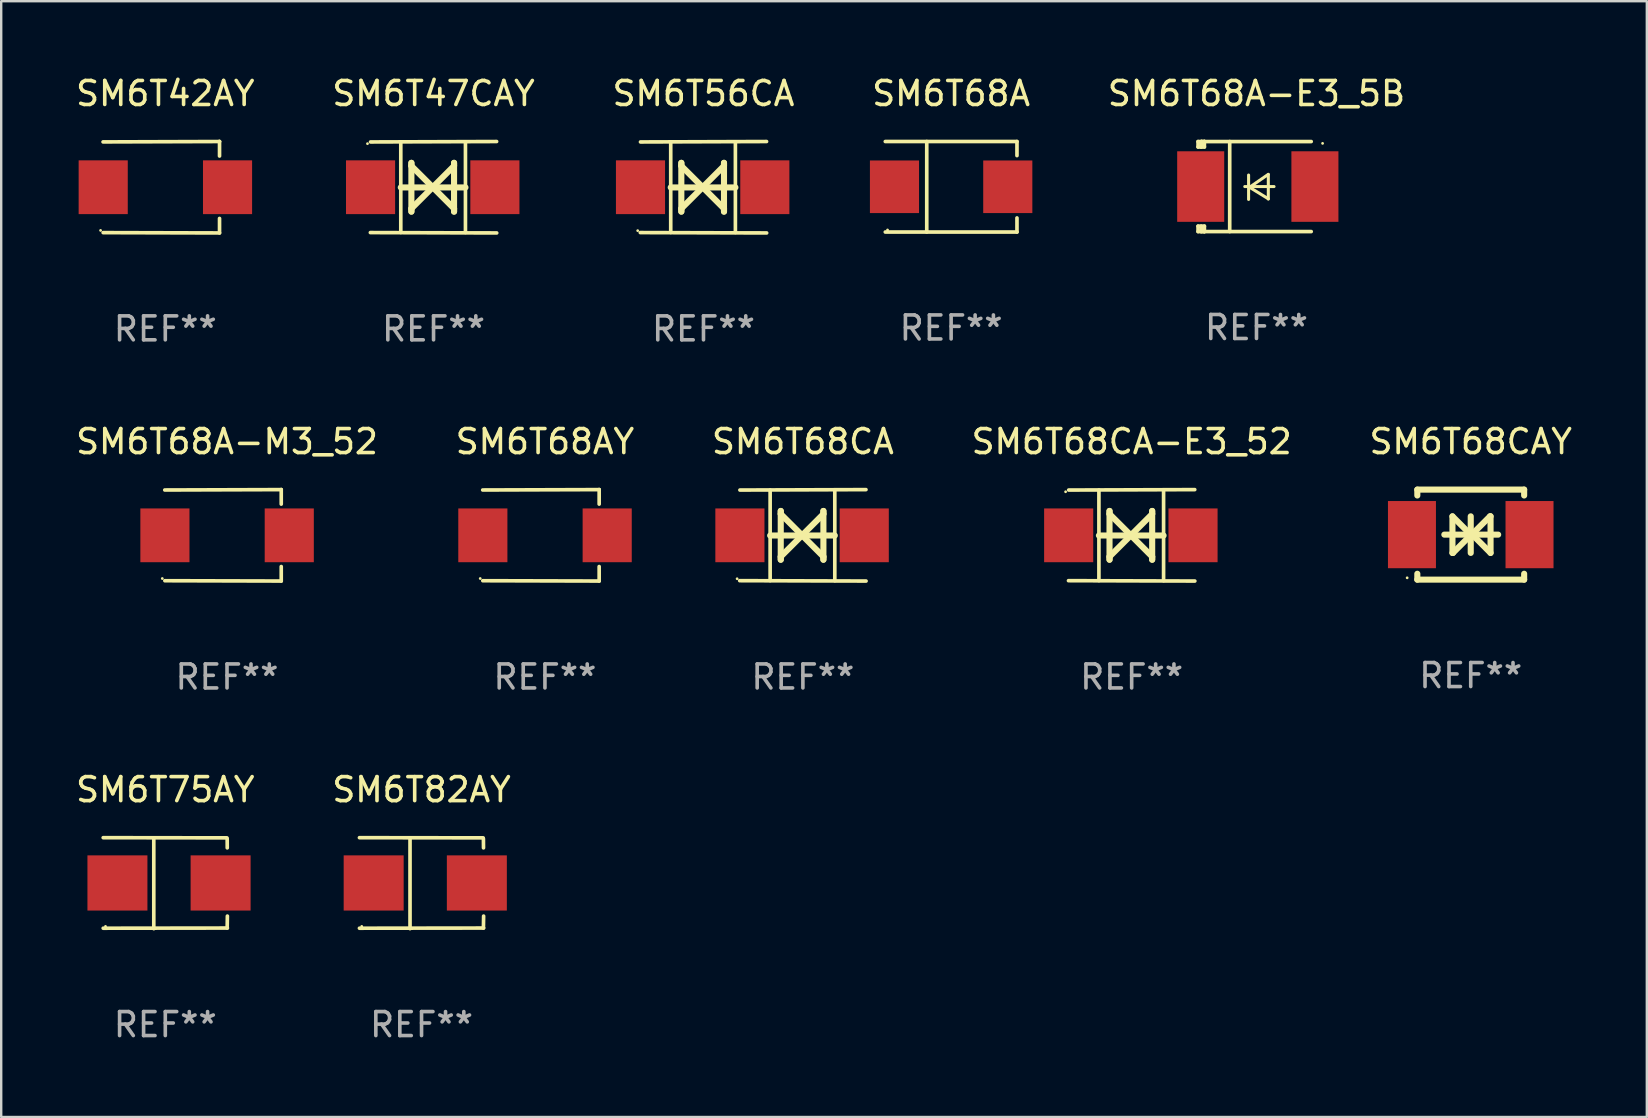
<source format=kicad_pcb>
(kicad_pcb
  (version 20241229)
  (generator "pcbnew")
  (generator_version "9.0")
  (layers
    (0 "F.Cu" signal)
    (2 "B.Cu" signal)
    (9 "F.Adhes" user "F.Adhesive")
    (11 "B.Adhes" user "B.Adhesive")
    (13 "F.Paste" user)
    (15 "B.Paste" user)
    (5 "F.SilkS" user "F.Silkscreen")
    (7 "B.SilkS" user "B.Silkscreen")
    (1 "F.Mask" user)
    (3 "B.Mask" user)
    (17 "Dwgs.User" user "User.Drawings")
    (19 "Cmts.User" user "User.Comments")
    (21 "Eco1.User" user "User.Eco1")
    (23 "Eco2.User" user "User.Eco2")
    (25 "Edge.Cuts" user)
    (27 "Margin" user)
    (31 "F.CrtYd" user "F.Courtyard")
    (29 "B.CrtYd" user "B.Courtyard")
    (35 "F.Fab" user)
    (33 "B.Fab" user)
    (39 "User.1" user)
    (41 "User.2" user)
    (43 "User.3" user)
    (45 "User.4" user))
  (footprint "SM6T68CAY"
    (layer "F.Cu")
    (at 58.244 19.231)
    (property "Reference" "SM6T68CAY" (at 0 -3.876 0) (layer "F.SilkS") (effects (font (size 1 1) (thickness 0.15))))
    (attr through_hole)
    (fp_line (start -2.226 -1.876) (end -2.226 -1.631) (stroke (width 0.254) (type solid)) (layer "F.SilkS"))
    (fp_line (start -2.226 -1.876) (end 2.226 -1.876) (stroke (width 0.254) (type solid)) (layer "F.SilkS"))
    (fp_line (start -2.226 1.631) (end -2.226 1.876) (stroke (width 0.254) (type solid)) (layer "F.SilkS"))
    (fp_line (start -2.226 1.876) (end 2.226 1.876) (stroke (width 0.254) (type solid)) (layer "F.SilkS"))
    (fp_line (start -1.1 0) (end 1.143 0) (stroke (width 0.254) (type solid)) (layer "F.SilkS"))
    (fp_line (start -0.762 -0.762) (end -0.762 0.762) (stroke (width 0.254) (type solid)) (layer "F.SilkS"))
    (fp_line (start -0.762 0.762) (end -0.741 0.762) (stroke (width 0.254) (type solid)) (layer "F.SilkS"))
    (fp_line (start -0.741 0.762) (end 0.021 0) (stroke (width 0.254) (type solid)) (layer "F.SilkS"))
    (fp_line (start 0 -0.762) (end 0 0.762) (stroke (width 0.254) (type solid)) (layer "F.SilkS"))
    (fp_line (start 0 0) (end -0.762 -0.762) (stroke (width 0.254) (type solid)) (layer "F.SilkS"))
    (fp_line (start 0.021 0) (end 0 0) (stroke (width 0.254) (type solid)) (layer "F.SilkS"))
    (fp_line (start 0.042 0) (end 0.064 0) (stroke (width 0.254) (type solid)) (layer "F.SilkS"))
    (fp_line (start 0.064 0) (end 0.826 0.762) (stroke (width 0.254) (type solid)) (layer "F.SilkS"))
    (fp_line (start 0.804 -0.762) (end 0.042 0) (stroke (width 0.254) (type solid)) (layer "F.SilkS"))
    (fp_line (start 0.826 -0.762) (end 0.804 -0.762) (stroke (width 0.254) (type solid)) (layer "F.SilkS"))
    (fp_line (start 0.826 0.762) (end 0.826 -0.762) (stroke (width 0.254) (type solid)) (layer "F.SilkS"))
    (fp_line (start 2.226 -1.876) (end 2.226 -1.631) (stroke (width 0.254) (type solid)) (layer "F.SilkS"))
    (fp_line (start 2.226 1.631) (end 2.226 1.876) (stroke (width 0.254) (type solid)) (layer "F.SilkS"))
    (fp_circle (center -2.65 1.8) (end -2.62 1.8) (stroke (width 0.06) (type solid)) (fill no) (layer "F.SilkS"))
    (fp_text user "REF**" (at 0 5.876 0) (layer "F.Fab") (effects (font (size 1 1) (thickness 0.15))))
    (pad "1" smd rect (at -2.45 0 180) (size 2 2.8) (layers "F.Cu" "F.Mask" "F.Paste"))
    (pad "2" smd rect (at 2.45 0 180) (size 2 2.8) (layers "F.Cu" "F.Mask" "F.Paste")))
  (footprint "SM6T68CA"
    (layer "F.Cu")
    (at 30.411 19.26)
    (property "Reference" "SM6T68CA" (at 0 -3.905 0) (layer "F.SilkS") (effects (font (size 1 1) (thickness 0.15))))
    (attr through_hole)
    (fp_line (start -1.365 1.886) (end -1.365 -1.886) (stroke (width 0.152) (type solid)) (layer "F.SilkS"))
    (fp_line (start -1.365 0.008) (end 1.33 0.008) (stroke (width 0.254) (type solid)) (layer "F.SilkS"))
    (fp_line (start -0.923 -1.016) (end -0.923 1.016) (stroke (width 0.254) (type solid)) (layer "F.SilkS"))
    (fp_line (start -0.923 -0.889) (end -0.923 -1.016) (stroke (width 0.254) (type solid)) (layer "F.SilkS"))
    (fp_line (start -0.923 0.889) (end -0.034 0) (stroke (width 0.254) (type solid)) (layer "F.SilkS"))
    (fp_line (start -0.923 1.016) (end -0.923 0.889) (stroke (width 0.254) (type solid)) (layer "F.SilkS"))
    (fp_line (start -0.034 0) (end -0.923 -0.889) (stroke (width 0.254) (type solid)) (layer "F.SilkS"))
    (fp_line (start -0.034 0) (end 0.855 0.889) (stroke (width 0.254) (type solid)) (layer "F.SilkS"))
    (fp_line (start 0.855 -1.016) (end 0.855 -0.889) (stroke (width 0.254) (type solid)) (layer "F.SilkS"))
    (fp_line (start 0.855 -0.889) (end -0.034 0) (stroke (width 0.254) (type solid)) (layer "F.SilkS"))
    (fp_line (start 0.855 0.889) (end 0.855 1.016) (stroke (width 0.254) (type solid)) (layer "F.SilkS"))
    (fp_line (start 0.855 1.016) (end 0.855 -1.016) (stroke (width 0.254) (type solid)) (layer "F.SilkS"))
    (fp_line (start 1.33 1.886) (end 1.33 -1.886) (stroke (width 0.152) (type solid)) (layer "F.SilkS"))
    (fp_line (start 2.629 -1.905) (end -2.625 -1.887) (stroke (width 0.152) (type solid)) (layer "F.SilkS"))
    (fp_line (start 2.633 1.905) (end -2.633 1.89) (stroke (width 0.152) (type solid)) (layer "F.SilkS"))
    (fp_circle (center -2.741 1.81) (end -2.711 1.81) (stroke (width 0.06) (type solid)) (fill no) (layer "F.SilkS"))
    (fp_text user "REF**" (at 0 5.905 0) (layer "F.Fab") (effects (font (size 1 1) (thickness 0.15))))
    (pad "1" smd rect (at -2.625 0) (size 2.047 2.241) (layers "F.Cu" "F.Mask" "F.Paste"))
    (pad "2" smd rect (at 2.557 0) (size 2.047 2.241) (layers "F.Cu" "F.Mask" "F.Paste")))
  (footprint "SM6T47CAY"
    (layer "F.Cu")
    (at 15.018 4.753)
    (property "Reference" "SM6T47CAY" (at 0 -3.905 0) (layer "F.SilkS") (effects (font (size 1 1) (thickness 0.15))))
    (attr through_hole)
    (fp_line (start -1.365 1.886) (end -1.365 -1.886) (stroke (width 0.152) (type solid)) (layer "F.SilkS"))
    (fp_line (start -1.365 0.008) (end 1.33 0.008) (stroke (width 0.254) (type solid)) (layer "F.SilkS"))
    (fp_line (start -0.923 -1.016) (end -0.923 1.016) (stroke (width 0.254) (type solid)) (layer "F.SilkS"))
    (fp_line (start -0.923 -0.889) (end -0.923 -1.016) (stroke (width 0.254) (type solid)) (layer "F.SilkS"))
    (fp_line (start -0.923 0.889) (end -0.034 0) (stroke (width 0.254) (type solid)) (layer "F.SilkS"))
    (fp_line (start -0.923 1.016) (end -0.923 0.889) (stroke (width 0.254) (type solid)) (layer "F.SilkS"))
    (fp_line (start -0.034 0) (end -0.923 -0.889) (stroke (width 0.254) (type solid)) (layer "F.SilkS"))
    (fp_line (start -0.034 0) (end 0.855 0.889) (stroke (width 0.254) (type solid)) (layer "F.SilkS"))
    (fp_line (start 0.855 -1.016) (end 0.855 -0.889) (stroke (width 0.254) (type solid)) (layer "F.SilkS"))
    (fp_line (start 0.855 -0.889) (end -0.034 0) (stroke (width 0.254) (type solid)) (layer "F.SilkS"))
    (fp_line (start 0.855 0.889) (end 0.855 1.016) (stroke (width 0.254) (type solid)) (layer "F.SilkS"))
    (fp_line (start 0.855 1.016) (end 0.855 -1.016) (stroke (width 0.254) (type solid)) (layer "F.SilkS"))
    (fp_line (start 1.33 1.886) (end 1.33 -1.886) (stroke (width 0.152) (type solid)) (layer "F.SilkS"))
    (fp_line (start 2.629 -1.905) (end -2.625 -1.887) (stroke (width 0.152) (type solid)) (layer "F.SilkS"))
    (fp_line (start 2.633 1.905) (end -2.633 1.89) (stroke (width 0.152) (type solid)) (layer "F.SilkS"))
    (fp_circle (center -2.753 -1.816) (end -2.723 -1.816) (stroke (width 0.06) (type solid)) (fill no) (layer "F.SilkS"))
    (fp_text user "REF**" (at 0 5.905 0) (layer "F.Fab") (effects (font (size 1 1) (thickness 0.15))))
    (pad "1" smd rect (at -2.625 0) (size 2.047 2.241) (layers "F.Cu" "F.Mask" "F.Paste"))
    (pad "2" smd rect (at 2.557 0) (size 2.047 2.241) (layers "F.Cu" "F.Mask" "F.Paste")))
  (footprint "SM6T68AY"
    (layer "F.Cu")
    (at 19.661 19.26)
    (property "Reference" "SM6T68AY" (at 0 -3.905 0) (layer "F.SilkS") (effects (font (size 1 1) (thickness 0.15))))
    (attr through_hole)
    (fp_line (start 2.256 -1.905) (end -2.594 -1.889) (stroke (width 0.152) (type solid)) (layer "F.SilkS"))
    (fp_line (start 2.256 -1.905) (end 2.26 -1.905) (stroke (width 0.152) (type solid)) (layer "F.SilkS"))
    (fp_line (start 2.26 -1.905) (end 2.26 -1.301) (stroke (width 0.152) (type solid)) (layer "F.SilkS"))
    (fp_line (start 2.26 1.301) (end 2.26 1.905) (stroke (width 0.152) (type solid)) (layer "F.SilkS"))
    (fp_line (start 2.26 1.905) (end -2.59 1.892) (stroke (width 0.152) (type solid)) (layer "F.SilkS"))
    (fp_circle (center -2.697 1.8) (end -2.667 1.8) (stroke (width 0.06) (type solid)) (fill no) (layer "F.SilkS"))
    (fp_text user "REF**" (at 0 5.905 0) (layer "F.Fab") (effects (font (size 1 1) (thickness 0.15))))
    (pad "1" smd rect (at -2.588 0) (size 2.047 2.241) (layers "F.Cu" "F.Mask" "F.Paste"))
    (pad "2" smd rect (at 2.594 0) (size 2.047 2.241) (layers "F.Cu" "F.Mask" "F.Paste")))
  (footprint "SM6T75AY"
    (layer "F.Cu")
    (at 3.839 33.757)
    (property "Reference" "SM6T75AY" (at 0 -3.896 0) (layer "F.SilkS") (effects (font (size 1 1) (thickness 0.15))))
    (attr through_hole)
    (fp_line (start -2.588 -1.896) (end 2.568 -1.889) (stroke (width 0.152) (type solid)) (layer "F.SilkS"))
    (fp_line (start -2.588 1.877) (end 2.588 1.87) (stroke (width 0.152) (type solid)) (layer "F.SilkS"))
    (fp_line (start -0.48 1.896) (end -0.48 -1.871) (stroke (width 0.152) (type solid)) (layer "F.SilkS"))
    (fp_line (start 2.579 -1.849) (end 2.582 -1.472) (stroke (width 0.152) (type solid)) (layer "F.SilkS"))
    (fp_line (start 2.579 1.867) (end 2.587 1.372) (stroke (width 0.152) (type solid)) (layer "F.SilkS"))
    (fp_circle (center -2.492 1.801) (end -2.462 1.801) (stroke (width 0.06) (type solid)) (fill no) (layer "F.SilkS"))
    (fp_text user "REF**" (at 0 5.896 0) (layer "F.Fab") (effects (font (size 1 1) (thickness 0.15))))
    (pad "1" smd rect (at -1.995 -0.009) (size 2.5 2.3) (layers "F.Cu" "F.Mask" "F.Paste"))
    (pad "2" smd rect (at 2.305 -0.009) (size 2.5 2.3) (layers "F.Cu" "F.Mask" "F.Paste")))
  (footprint "SM6T68A"
    (layer "F.Cu")
    (at 36.589 4.734)
    (property "Reference" "SM6T68A" (at 0 -3.886 0) (layer "F.SilkS") (effects (font (size 1 1) (thickness 0.15))))
    (attr through_hole)
    (fp_line (start -2.744 -1.886) (end 2.744 -1.886) (stroke (width 0.152) (type solid)) (layer "F.SilkS"))
    (fp_line (start -2.744 1.886) (end 2.744 1.886) (stroke (width 0.152) (type solid)) (layer "F.SilkS"))
    (fp_line (start -1.016 -1.886) (end -1.016 1.886) (stroke (width 0.152) (type solid)) (layer "F.SilkS"))
    (fp_line (start 2.744 -1.886) (end 2.744 -1.299) (stroke (width 0.152) (type solid)) (layer "F.SilkS"))
    (fp_line (start 2.744 1.886) (end 2.744 1.299) (stroke (width 0.152) (type solid)) (layer "F.SilkS"))
    (fp_circle (center -2.65 1.8) (end -2.62 1.8) (stroke (width 0.06) (type solid)) (fill no) (layer "F.SilkS"))
    (fp_text user "REF**" (at 0 5.886 0) (layer "F.Fab") (effects (font (size 1 1) (thickness 0.15))))
    (pad "1" smd rect (at -2.361 0) (size 2.047 2.192) (layers "F.Cu" "F.Mask" "F.Paste"))
    (pad "2" smd rect (at 2.361 0) (size 2.047 2.192) (layers "F.Cu" "F.Mask" "F.Paste")))
  (footprint "SM6T56CA"
    (layer "F.Cu")
    (at 26.268 4.753)
    (property "Reference" "SM6T56CA" (at 0 -3.905 0) (layer "F.SilkS") (effects (font (size 1 1) (thickness 0.15))))
    (attr through_hole)
    (fp_line (start -1.365 1.886) (end -1.365 -1.886) (stroke (width 0.152) (type solid)) (layer "F.SilkS"))
    (fp_line (start -1.365 0.008) (end 1.33 0.008) (stroke (width 0.254) (type solid)) (layer "F.SilkS"))
    (fp_line (start -0.923 -1.016) (end -0.923 1.016) (stroke (width 0.254) (type solid)) (layer "F.SilkS"))
    (fp_line (start -0.923 -0.889) (end -0.923 -1.016) (stroke (width 0.254) (type solid)) (layer "F.SilkS"))
    (fp_line (start -0.923 0.889) (end -0.034 0) (stroke (width 0.254) (type solid)) (layer "F.SilkS"))
    (fp_line (start -0.923 1.016) (end -0.923 0.889) (stroke (width 0.254) (type solid)) (layer "F.SilkS"))
    (fp_line (start -0.034 0) (end -0.923 -0.889) (stroke (width 0.254) (type solid)) (layer "F.SilkS"))
    (fp_line (start -0.034 0) (end 0.855 0.889) (stroke (width 0.254) (type solid)) (layer "F.SilkS"))
    (fp_line (start 0.855 -1.016) (end 0.855 -0.889) (stroke (width 0.254) (type solid)) (layer "F.SilkS"))
    (fp_line (start 0.855 -0.889) (end -0.034 0) (stroke (width 0.254) (type solid)) (layer "F.SilkS"))
    (fp_line (start 0.855 0.889) (end 0.855 1.016) (stroke (width 0.254) (type solid)) (layer "F.SilkS"))
    (fp_line (start 0.855 1.016) (end 0.855 -1.016) (stroke (width 0.254) (type solid)) (layer "F.SilkS"))
    (fp_line (start 1.33 1.886) (end 1.33 -1.886) (stroke (width 0.152) (type solid)) (layer "F.SilkS"))
    (fp_line (start 2.629 -1.905) (end -2.625 -1.887) (stroke (width 0.152) (type solid)) (layer "F.SilkS"))
    (fp_line (start 2.633 1.905) (end -2.633 1.89) (stroke (width 0.152) (type solid)) (layer "F.SilkS"))
    (fp_circle (center -2.741 1.81) (end -2.711 1.81) (stroke (width 0.06) (type solid)) (fill no) (layer "F.SilkS"))
    (fp_text user "REF**" (at 0 5.905 0) (layer "F.Fab") (effects (font (size 1 1) (thickness 0.15))))
    (pad "1" smd rect (at -2.625 0) (size 2.047 2.241) (layers "F.Cu" "F.Mask" "F.Paste"))
    (pad "2" smd rect (at 2.557 0) (size 2.047 2.241) (layers "F.Cu" "F.Mask" "F.Paste")))
  (footprint "SM6T68CA-E3_52"
    (layer "F.Cu")
    (at 44.113 19.26)
    (property "Reference" "SM6T68CA-E3_52" (at 0 -3.905 0) (layer "F.SilkS") (effects (font (size 1 1) (thickness 0.15))))
    (attr through_hole)
    (fp_line (start -1.365 1.886) (end -1.365 -1.886) (stroke (width 0.152) (type solid)) (layer "F.SilkS"))
    (fp_line (start -1.365 0.008) (end 1.33 0.008) (stroke (width 0.254) (type solid)) (layer "F.SilkS"))
    (fp_line (start -0.923 -1.016) (end -0.923 1.016) (stroke (width 0.254) (type solid)) (layer "F.SilkS"))
    (fp_line (start -0.923 -0.889) (end -0.923 -1.016) (stroke (width 0.254) (type solid)) (layer "F.SilkS"))
    (fp_line (start -0.923 0.889) (end -0.034 0) (stroke (width 0.254) (type solid)) (layer "F.SilkS"))
    (fp_line (start -0.923 1.016) (end -0.923 0.889) (stroke (width 0.254) (type solid)) (layer "F.SilkS"))
    (fp_line (start -0.034 0) (end -0.923 -0.889) (stroke (width 0.254) (type solid)) (layer "F.SilkS"))
    (fp_line (start -0.034 0) (end 0.855 0.889) (stroke (width 0.254) (type solid)) (layer "F.SilkS"))
    (fp_line (start 0.855 -1.016) (end 0.855 -0.889) (stroke (width 0.254) (type solid)) (layer "F.SilkS"))
    (fp_line (start 0.855 -0.889) (end -0.034 0) (stroke (width 0.254) (type solid)) (layer "F.SilkS"))
    (fp_line (start 0.855 0.889) (end 0.855 1.016) (stroke (width 0.254) (type solid)) (layer "F.SilkS"))
    (fp_line (start 0.855 1.016) (end 0.855 -1.016) (stroke (width 0.254) (type solid)) (layer "F.SilkS"))
    (fp_line (start 1.33 1.886) (end 1.33 -1.886) (stroke (width 0.152) (type solid)) (layer "F.SilkS"))
    (fp_line (start 2.629 -1.905) (end -2.625 -1.887) (stroke (width 0.152) (type solid)) (layer "F.SilkS"))
    (fp_line (start 2.633 1.905) (end -2.633 1.89) (stroke (width 0.152) (type solid)) (layer "F.SilkS"))
    (fp_circle (center -2.753 -1.816) (end -2.723 -1.816) (stroke (width 0.06) (type solid)) (fill no) (layer "F.SilkS"))
    (fp_text user "REF**" (at 0 5.905 0) (layer "F.Fab") (effects (font (size 1 1) (thickness 0.15))))
    (pad "1" smd rect (at -2.625 0) (size 2.047 2.241) (layers "F.Cu" "F.Mask" "F.Paste"))
    (pad "2" smd rect (at 2.557 0) (size 2.047 2.241) (layers "F.Cu" "F.Mask" "F.Paste")))
  (footprint "SM6T68A-E3_5B"
    (layer "F.Cu")
    (at 49.315 4.725)
    (property "Reference" "SM6T68A-E3_5B" (at 0 -3.876 0) (layer "F.SilkS") (effects (font (size 1 1) (thickness 0.15))))
    (attr through_hole)
    (fp_line (start -2.435 1.65) (end -2.171 1.65) (stroke (width 0.152) (type solid)) (layer "F.SilkS"))
    (fp_line (start -2.435 1.876) (end -2.435 1.65) (stroke (width 0.152) (type solid)) (layer "F.SilkS"))
    (fp_line (start -2.435 -1.876) (end -2.171 -1.876) (stroke (width 0.152) (type solid)) (layer "F.SilkS"))
    (fp_line (start -2.435 -1.65) (end -2.435 -1.876) (stroke (width 0.152) (type solid)) (layer "F.SilkS"))
    (fp_line (start -2.305 -1.866) (end -2.295 -1.876) (stroke (width 0.152) (type solid)) (layer "F.SilkS"))
    (fp_line (start -2.305 -1.65) (end -2.305 -1.866) (stroke (width 0.152) (type solid)) (layer "F.SilkS"))
    (fp_line (start -2.305 1.876) (end -2.305 1.65) (stroke (width 0.152) (type solid)) (layer "F.SilkS"))
    (fp_line (start -2.295 -1.876) (end -2.295 -1.65) (stroke (width 0.152) (type solid)) (layer "F.SilkS"))
    (fp_line (start -2.171 1.876) (end -2.435 1.876) (stroke (width 0.152) (type solid)) (layer "F.SilkS"))
    (fp_line (start -2.171 -1.65) (end -2.435 -1.65) (stroke (width 0.152) (type solid)) (layer "F.SilkS"))
    (fp_line (start -2.171 -1.876) (end -2.295 -1.876) (stroke (width 0.152) (type solid)) (layer "F.SilkS"))
    (fp_line (start -2.171 -1.65) (end -2.171 -1.876) (stroke (width 0.152) (type solid)) (layer "F.SilkS"))
    (fp_line (start -2.171 1.876) (end -2.305 1.876) (stroke (width 0.152) (type solid)) (layer "F.SilkS"))
    (fp_line (start -2.171 1.876) (end -2.171 1.65) (stroke (width 0.152) (type solid)) (layer "F.SilkS"))
    (fp_line (start -1.116 1.876) (end -1.116 -1.876) (stroke (width 0.152) (type solid)) (layer "F.SilkS"))
    (fp_line (start -0.488 0.000102) (end 0.731 0.000102) (stroke (width 0.127) (type solid)) (layer "F.SilkS"))
    (fp_line (start -0.329 -0.48) (end -0.329 0.536) (stroke (width 0.127) (type solid)) (layer "F.SilkS"))
    (fp_line (start -0.29 0.03) (end 0.493 0.51) (stroke (width 0.127) (type solid)) (layer "F.SilkS"))
    (fp_line (start 0.493 -0.51) (end -0.29 0.03) (stroke (width 0.127) (type solid)) (layer "F.SilkS"))
    (fp_line (start 0.493 0.52) (end 0.493 -0.496) (stroke (width 0.127) (type solid)) (layer "F.SilkS"))
    (fp_line (start 2.281 -1.876) (end -2.171 -1.876) (stroke (width 0.152) (type solid)) (layer "F.SilkS"))
    (fp_line (start 2.281 1.876) (end -2.171 1.876) (stroke (width 0.152) (type solid)) (layer "F.SilkS"))
    (fp_circle (center 2.755 -1.8) (end 2.785 -1.8) (stroke (width 0.06) (type solid)) (fill no) (layer "F.SilkS"))
    (fp_text user "REF**" (at 0 5.876 0) (layer "F.Fab") (effects (font (size 1 1) (thickness 0.15))))
    (pad "1" smd rect (at 2.435 -0.000025 180) (size 1.96 2.94) (layers "F.Cu" "F.Mask" "F.Paste"))
    (pad "2" smd rect (at -2.325 -0.000025 180) (size 1.96 2.94) (layers "F.Cu" "F.Mask" "F.Paste")))
  (footprint "SM6T68A-M3_52"
    (layer "F.Cu")
    (at 6.411 19.26)
    (property "Reference" "SM6T68A-M3_52" (at 0 -3.905 0) (layer "F.SilkS") (effects (font (size 1 1) (thickness 0.15))))
    (attr through_hole)
    (fp_line (start 2.256 -1.905) (end -2.594 -1.889) (stroke (width 0.152) (type solid)) (layer "F.SilkS"))
    (fp_line (start 2.256 -1.905) (end 2.26 -1.905) (stroke (width 0.152) (type solid)) (layer "F.SilkS"))
    (fp_line (start 2.26 -1.905) (end 2.26 -1.301) (stroke (width 0.152) (type solid)) (layer "F.SilkS"))
    (fp_line (start 2.26 1.301) (end 2.26 1.905) (stroke (width 0.152) (type solid)) (layer "F.SilkS"))
    (fp_line (start 2.26 1.905) (end -2.59 1.892) (stroke (width 0.152) (type solid)) (layer "F.SilkS"))
    (fp_circle (center -2.697 1.8) (end -2.667 1.8) (stroke (width 0.06) (type solid)) (fill no) (layer "F.SilkS"))
    (fp_text user "REF**" (at 0 5.905 0) (layer "F.Fab") (effects (font (size 1 1) (thickness 0.15))))
    (pad "1" smd rect (at -2.588 0) (size 2.047 2.241) (layers "F.Cu" "F.Mask" "F.Paste"))
    (pad "2" smd rect (at 2.594 0) (size 2.047 2.241) (layers "F.Cu" "F.Mask" "F.Paste")))
  (footprint "SM6T82AY"
    (layer "F.Cu")
    (at 14.518 33.757)
    (property "Reference" "SM6T82AY" (at 0 -3.896 0) (layer "F.SilkS") (effects (font (size 1 1) (thickness 0.15))))
    (attr through_hole)
    (fp_line (start -2.588 -1.896) (end 2.568 -1.889) (stroke (width 0.152) (type solid)) (layer "F.SilkS"))
    (fp_line (start -2.588 1.877) (end 2.588 1.87) (stroke (width 0.152) (type solid)) (layer "F.SilkS"))
    (fp_line (start -0.48 1.896) (end -0.48 -1.871) (stroke (width 0.152) (type solid)) (layer "F.SilkS"))
    (fp_line (start 2.579 -1.849) (end 2.582 -1.472) (stroke (width 0.152) (type solid)) (layer "F.SilkS"))
    (fp_line (start 2.579 1.867) (end 2.587 1.372) (stroke (width 0.152) (type solid)) (layer "F.SilkS"))
    (fp_circle (center -2.492 1.801) (end -2.462 1.801) (stroke (width 0.06) (type solid)) (fill no) (layer "F.SilkS"))
    (fp_text user "REF**" (at 0 5.896 0) (layer "F.Fab") (effects (font (size 1 1) (thickness 0.15))))
    (pad "1" smd rect (at -1.995 -0.009) (size 2.5 2.3) (layers "F.Cu" "F.Mask" "F.Paste"))
    (pad "2" smd rect (at 2.305 -0.009) (size 2.5 2.3) (layers "F.Cu" "F.Mask" "F.Paste")))
  (footprint "SM6T42AY"
    (layer "F.Cu")
    (at 3.839 4.753)
    (property "Reference" "SM6T42AY" (at 0 -3.905 0) (layer "F.SilkS") (effects (font (size 1 1) (thickness 0.15))))
    (attr through_hole)
    (fp_line (start 2.256 -1.905) (end -2.594 -1.889) (stroke (width 0.152) (type solid)) (layer "F.SilkS"))
    (fp_line (start 2.256 -1.905) (end 2.26 -1.905) (stroke (width 0.152) (type solid)) (layer "F.SilkS"))
    (fp_line (start 2.26 -1.905) (end 2.26 -1.301) (stroke (width 0.152) (type solid)) (layer "F.SilkS"))
    (fp_line (start 2.26 1.301) (end 2.26 1.905) (stroke (width 0.152) (type solid)) (layer "F.SilkS"))
    (fp_line (start 2.26 1.905) (end -2.59 1.892) (stroke (width 0.152) (type solid)) (layer "F.SilkS"))
    (fp_circle (center -2.697 1.8) (end -2.667 1.8) (stroke (width 0.06) (type solid)) (fill no) (layer "F.SilkS"))
    (fp_text user "REF**" (at 0 5.905 0) (layer "F.Fab") (effects (font (size 1 1) (thickness 0.15))))
    (pad "1" smd rect (at -2.588 0) (size 2.047 2.241) (layers "F.Cu" "F.Mask" "F.Paste"))
    (pad "2" smd rect (at 2.594 0) (size 2.047 2.241) (layers "F.Cu" "F.Mask" "F.Paste")))
  (gr_rect
    (start -3 -3)
    (end 65.583 43.501)
    (stroke (width 0.1) (type default))
    (fill no)
    (layer "Edge.Cuts")))
</source>
